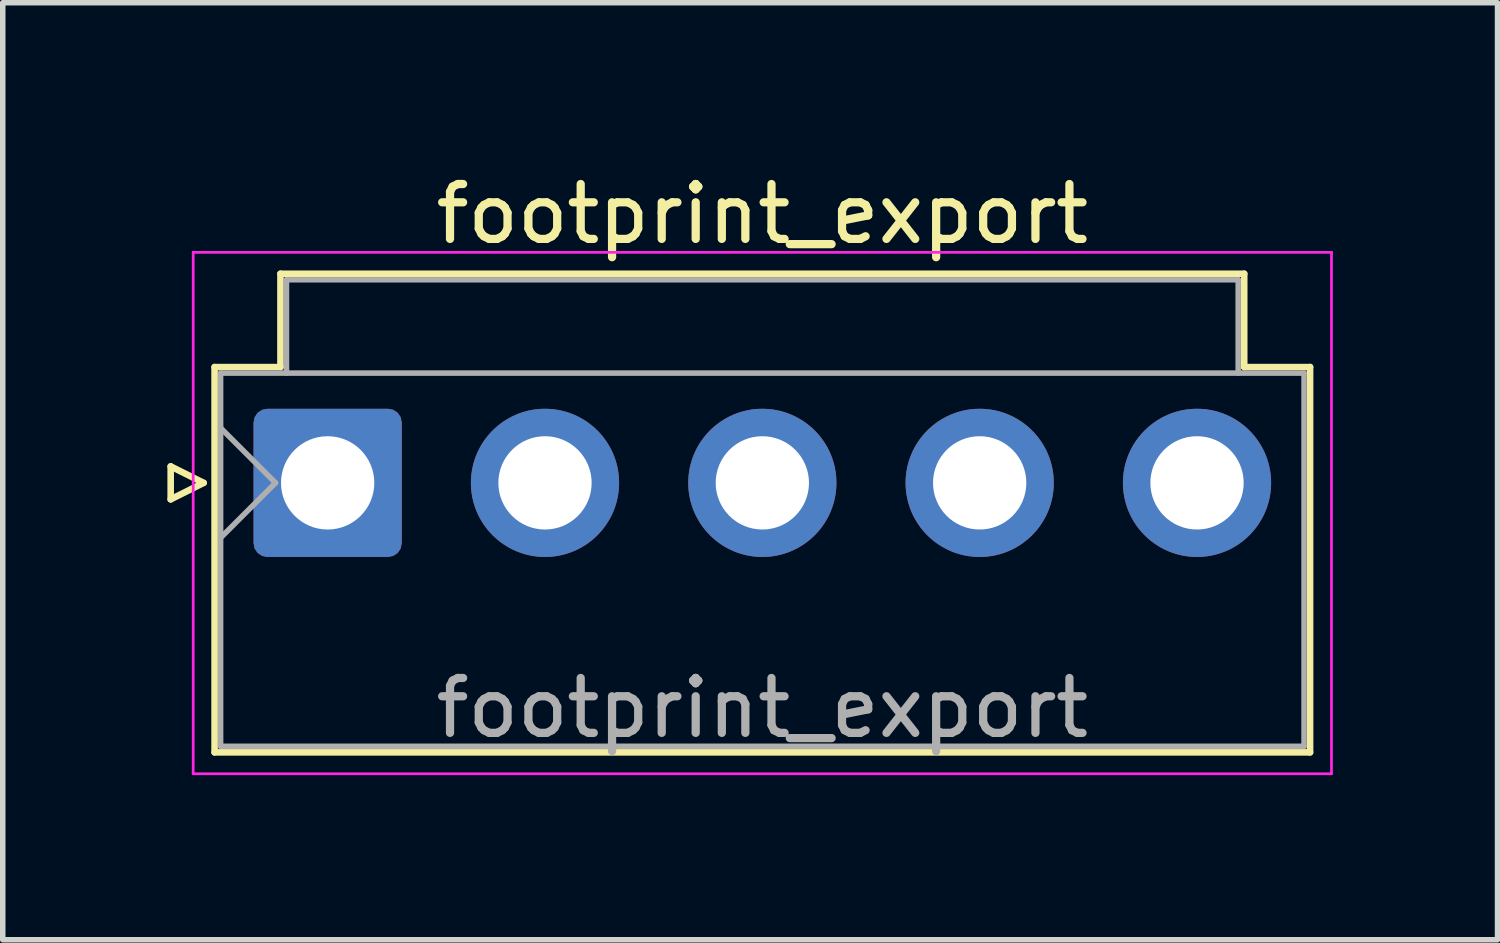
<source format=kicad_pcb>
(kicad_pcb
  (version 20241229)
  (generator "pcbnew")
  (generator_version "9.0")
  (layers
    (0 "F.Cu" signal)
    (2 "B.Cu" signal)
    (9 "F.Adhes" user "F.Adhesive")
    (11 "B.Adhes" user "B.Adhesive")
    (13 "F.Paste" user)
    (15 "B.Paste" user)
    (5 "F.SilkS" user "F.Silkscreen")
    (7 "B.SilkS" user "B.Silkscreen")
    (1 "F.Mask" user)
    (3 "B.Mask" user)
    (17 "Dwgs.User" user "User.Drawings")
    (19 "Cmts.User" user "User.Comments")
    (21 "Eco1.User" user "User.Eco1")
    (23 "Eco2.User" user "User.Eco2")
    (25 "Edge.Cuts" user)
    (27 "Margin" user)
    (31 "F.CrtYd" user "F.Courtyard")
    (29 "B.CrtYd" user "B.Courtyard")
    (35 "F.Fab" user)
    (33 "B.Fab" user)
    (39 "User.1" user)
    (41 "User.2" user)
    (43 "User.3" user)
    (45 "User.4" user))
  (footprint "footprint_export"
    (layer "F.Cu")
    (at 2.92 5.748)
    (property "Reference" "footprint_export" (at 7.92 -4.9 0) (layer "F.SilkS") (effects (font (size 1 1) (thickness 0.15))))
    (attr through_hole)
    (fp_line (start -2.86 -0.3) (end -2.26 0) (stroke (width 0.12) (type solid)) (layer "F.SilkS"))
    (fp_line (start -2.86 0.3) (end -2.86 -0.3) (stroke (width 0.12) (type solid)) (layer "F.SilkS"))
    (fp_line (start -2.26 0) (end -2.86 0.3) (stroke (width 0.12) (type solid)) (layer "F.SilkS"))
    (fp_line (start -2.06 -2.11) (end -0.86 -2.11) (stroke (width 0.12) (type solid)) (layer "F.SilkS"))
    (fp_line (start -2.06 4.91) (end -2.06 -2.11) (stroke (width 0.12) (type solid)) (layer "F.SilkS"))
    (fp_line (start -0.86 -3.81) (end 16.7 -3.81) (stroke (width 0.12) (type solid)) (layer "F.SilkS"))
    (fp_line (start -0.86 -2.11) (end -0.86 -3.81) (stroke (width 0.12) (type solid)) (layer "F.SilkS"))
    (fp_line (start 16.7 -3.81) (end 16.7 -2.11) (stroke (width 0.12) (type solid)) (layer "F.SilkS"))
    (fp_line (start 16.7 -2.11) (end 17.9 -2.11) (stroke (width 0.12) (type solid)) (layer "F.SilkS"))
    (fp_line (start 17.9 -2.11) (end 17.9 4.91) (stroke (width 0.12) (type solid)) (layer "F.SilkS"))
    (fp_line (start 17.9 4.91) (end -2.06 4.91) (stroke (width 0.12) (type solid)) (layer "F.SilkS"))
    (fp_line (start -2.45 -4.2) (end -2.45 5.3) (stroke (width 0.05) (type solid)) (layer "F.CrtYd"))
    (fp_line (start -2.45 5.3) (end 18.29 5.3) (stroke (width 0.05) (type solid)) (layer "F.CrtYd"))
    (fp_line (start 18.29 -4.2) (end -2.45 -4.2) (stroke (width 0.05) (type solid)) (layer "F.CrtYd"))
    (fp_line (start 18.29 5.3) (end 18.29 -4.2) (stroke (width 0.05) (type solid)) (layer "F.CrtYd"))
    (fp_line (start -1.95 -2) (end -1.95 4.8) (stroke (width 0.1) (type solid)) (layer "F.Fab"))
    (fp_line (start -1.95 -1) (end -0.95 0) (stroke (width 0.1) (type solid)) (layer "F.Fab"))
    (fp_line (start -1.95 1) (end -0.95 0) (stroke (width 0.1) (type solid)) (layer "F.Fab"))
    (fp_line (start -1.95 4.8) (end 17.79 4.8) (stroke (width 0.1) (type solid)) (layer "F.Fab"))
    (fp_line (start -0.75 -3.7) (end 16.59 -3.7) (stroke (width 0.1) (type solid)) (layer "F.Fab"))
    (fp_line (start -0.75 -2) (end -0.75 -3.7) (stroke (width 0.1) (type solid)) (layer "F.Fab"))
    (fp_line (start 16.59 -3.7) (end 16.59 -2) (stroke (width 0.1) (type solid)) (layer "F.Fab"))
    (fp_line (start 17.79 -2) (end -1.95 -2) (stroke (width 0.1) (type solid)) (layer "F.Fab"))
    (fp_line (start 17.79 4.8) (end 17.79 -2) (stroke (width 0.1) (type solid)) (layer "F.Fab"))
    (fp_text user "${REFERENCE}" (at 7.92 4.1 0) (layer "F.Fab") (effects (font (size 1 1) (thickness 0.15))))
    (pad "1" thru_hole roundrect (at 0 0) (size 2.7 2.7) (drill 1.7) (layers "*.Cu" "*.Mask") (roundrect_rratio 0.093))
    (pad "2" thru_hole circle (at 3.96 0) (size 2.7 2.7) (drill 1.7) (layers "*.Cu" "*.Mask"))
    (pad "3" thru_hole circle (at 7.92 0) (size 2.7 2.7) (drill 1.7) (layers "*.Cu" "*.Mask"))
    (pad "4" thru_hole circle (at 11.88 0) (size 2.7 2.7) (drill 1.7) (layers "*.Cu" "*.Mask"))
    (pad "5" thru_hole circle (at 15.84 0) (size 2.7 2.7) (drill 1.7) (layers "*.Cu" "*.Mask")))
  (gr_rect
    (start -3 -3)
    (end 24.235 14.073)
    (stroke (width 0.1) (type default))
    (fill no)
    (layer "Edge.Cuts")))
</source>
